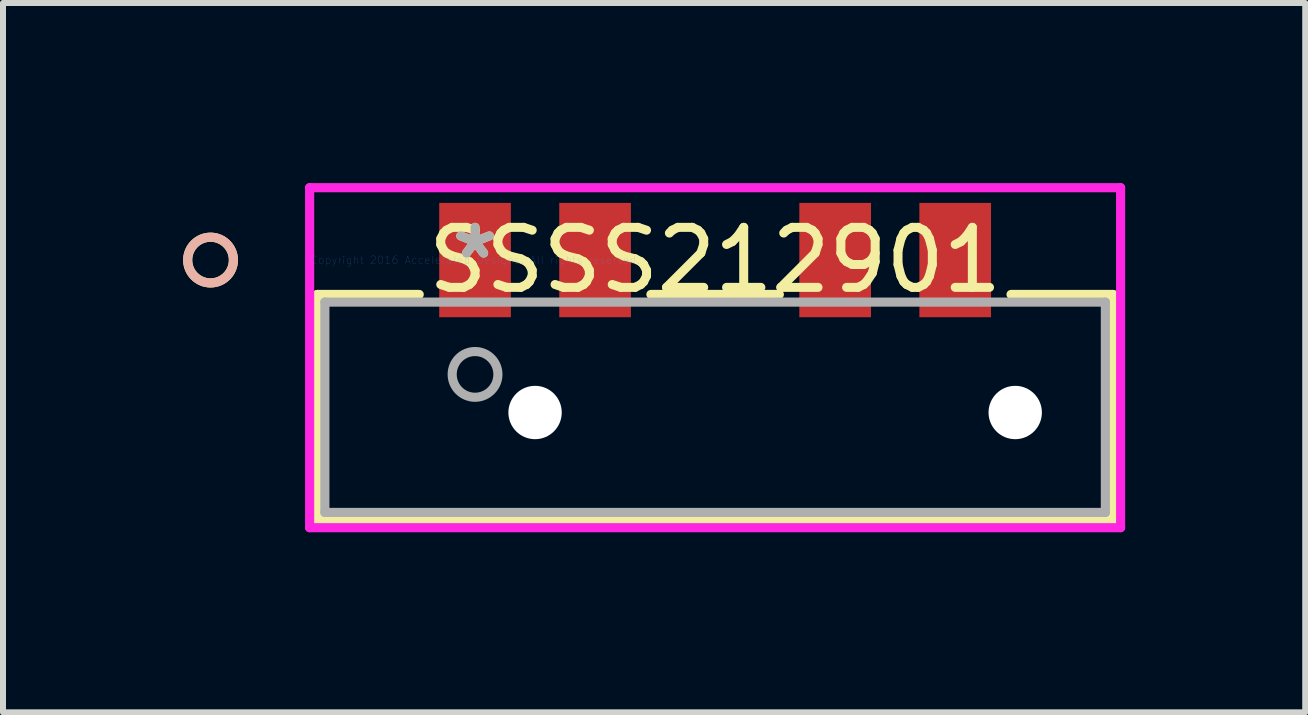
<source format=kicad_pcb>
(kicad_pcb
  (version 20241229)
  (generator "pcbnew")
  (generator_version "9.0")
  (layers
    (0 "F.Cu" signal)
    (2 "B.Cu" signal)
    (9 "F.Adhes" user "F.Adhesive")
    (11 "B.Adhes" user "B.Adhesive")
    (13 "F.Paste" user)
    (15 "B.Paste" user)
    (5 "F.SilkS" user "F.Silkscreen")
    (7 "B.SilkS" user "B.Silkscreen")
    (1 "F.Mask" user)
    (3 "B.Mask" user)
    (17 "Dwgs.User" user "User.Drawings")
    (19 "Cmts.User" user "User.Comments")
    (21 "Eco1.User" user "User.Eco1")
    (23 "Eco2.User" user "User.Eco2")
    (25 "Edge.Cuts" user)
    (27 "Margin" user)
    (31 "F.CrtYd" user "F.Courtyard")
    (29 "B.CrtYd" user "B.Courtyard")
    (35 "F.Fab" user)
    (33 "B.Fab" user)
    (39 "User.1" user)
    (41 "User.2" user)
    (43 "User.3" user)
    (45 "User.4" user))
  (footprint "SSSS212901"
    (layer "F.Cu")
    (at 4.865 1.283)
    (property "Reference" "SSSS212901" (at 4 0 0) (layer "F.SilkS") (effects (font (size 1 1) (thickness 0.15))))
    (attr through_hole)
    (fp_line (start -2.629 0.573) (end -2.629 4.332) (stroke (width 0.152) (type solid)) (layer "F.SilkS"))
    (fp_line (start -2.629 4.332) (end 10.629 4.332) (stroke (width 0.152) (type solid)) (layer "F.SilkS"))
    (fp_line (start -0.93 0.573) (end -2.629 0.573) (stroke (width 0.152) (type solid)) (layer "F.SilkS"))
    (fp_line (start 5.07 0.573) (end 2.93 0.573) (stroke (width 0.152) (type solid)) (layer "F.SilkS"))
    (fp_line (start 10.629 0.573) (end 8.93 0.573) (stroke (width 0.152) (type solid)) (layer "F.SilkS"))
    (fp_line (start 10.629 4.332) (end 10.629 0.573) (stroke (width 0.152) (type solid)) (layer "F.SilkS"))
    (fp_circle (center -4.407 0) (end -4.026 0) (stroke (width 0.152) (type solid)) (fill no) (layer "F.SilkS"))
    (fp_circle (center -4.407 0) (end -4.026 0) (stroke (width 0.152) (type solid)) (fill no) (layer "B.SilkS"))
    (fp_line (start -2.756 -1.206) (end -2.756 4.459) (stroke (width 0.152) (type solid)) (layer "F.CrtYd"))
    (fp_line (start -2.756 4.459) (end 10.756 4.459) (stroke (width 0.152) (type solid)) (layer "F.CrtYd"))
    (fp_line (start 10.756 -1.206) (end -2.756 -1.206) (stroke (width 0.152) (type solid)) (layer "F.CrtYd"))
    (fp_line (start 10.756 4.459) (end 10.756 -1.206) (stroke (width 0.152) (type solid)) (layer "F.CrtYd"))
    (fp_line (start -2.502 0.7) (end -2.502 4.205) (stroke (width 0.152) (type solid)) (layer "F.Fab"))
    (fp_line (start -2.502 4.205) (end 10.502 4.205) (stroke (width 0.152) (type solid)) (layer "F.Fab"))
    (fp_line (start 10.502 0.7) (end -2.502 0.7) (stroke (width 0.152) (type solid)) (layer "F.Fab"))
    (fp_line (start 10.502 4.205) (end 10.502 0.7) (stroke (width 0.152) (type solid)) (layer "F.Fab"))
    (fp_circle (center 0 1.905) (end 0.381 1.905) (stroke (width 0.152) (type solid)) (fill no) (layer "F.Fab"))
    (fp_text user "*" (at 0 0 0) (layer "F.SilkS") (effects (font (size 1 1) (thickness 0.15))))
    (fp_text user "Copyright 2016 Accelerated Designs. All rights reserved." (at 0 0 0) (layer "Cmts.User") (effects (font (size 0.127 0.127) (thickness 0.002))))
    (fp_text user "*" (at 0 0 0) (layer "F.Fab") (effects (font (size 1 1) (thickness 0.15))))
    (pad "" np_thru_hole circle (at 1 2.54) (size 0.889 0.889) (drill 0.889) (layers "*.Cu" "*.Mask"))
    (pad "" np_thru_hole circle (at 9 2.54) (size 0.889 0.889) (drill 0.889) (layers "*.Cu" "*.Mask"))
    (pad "1" smd rect (at 0 0) (size 1.194 1.905) (layers "F.Cu" "F.Mask" "F.Paste"))
    (pad "2" smd rect (at 2 0) (size 1.194 1.905) (layers "F.Cu" "F.Mask" "F.Paste"))
    (pad "3" smd rect (at 6 0) (size 1.194 1.905) (layers "F.Cu" "F.Mask" "F.Paste"))
    (pad "4" smd rect (at 8 0) (size 1.194 1.905) (layers "F.Cu" "F.Mask" "F.Paste")))
  (gr_rect
    (start -3 -3)
    (end 18.697 8.818)
    (stroke (width 0.1) (type default))
    (fill no)
    (layer "Edge.Cuts")))
</source>
